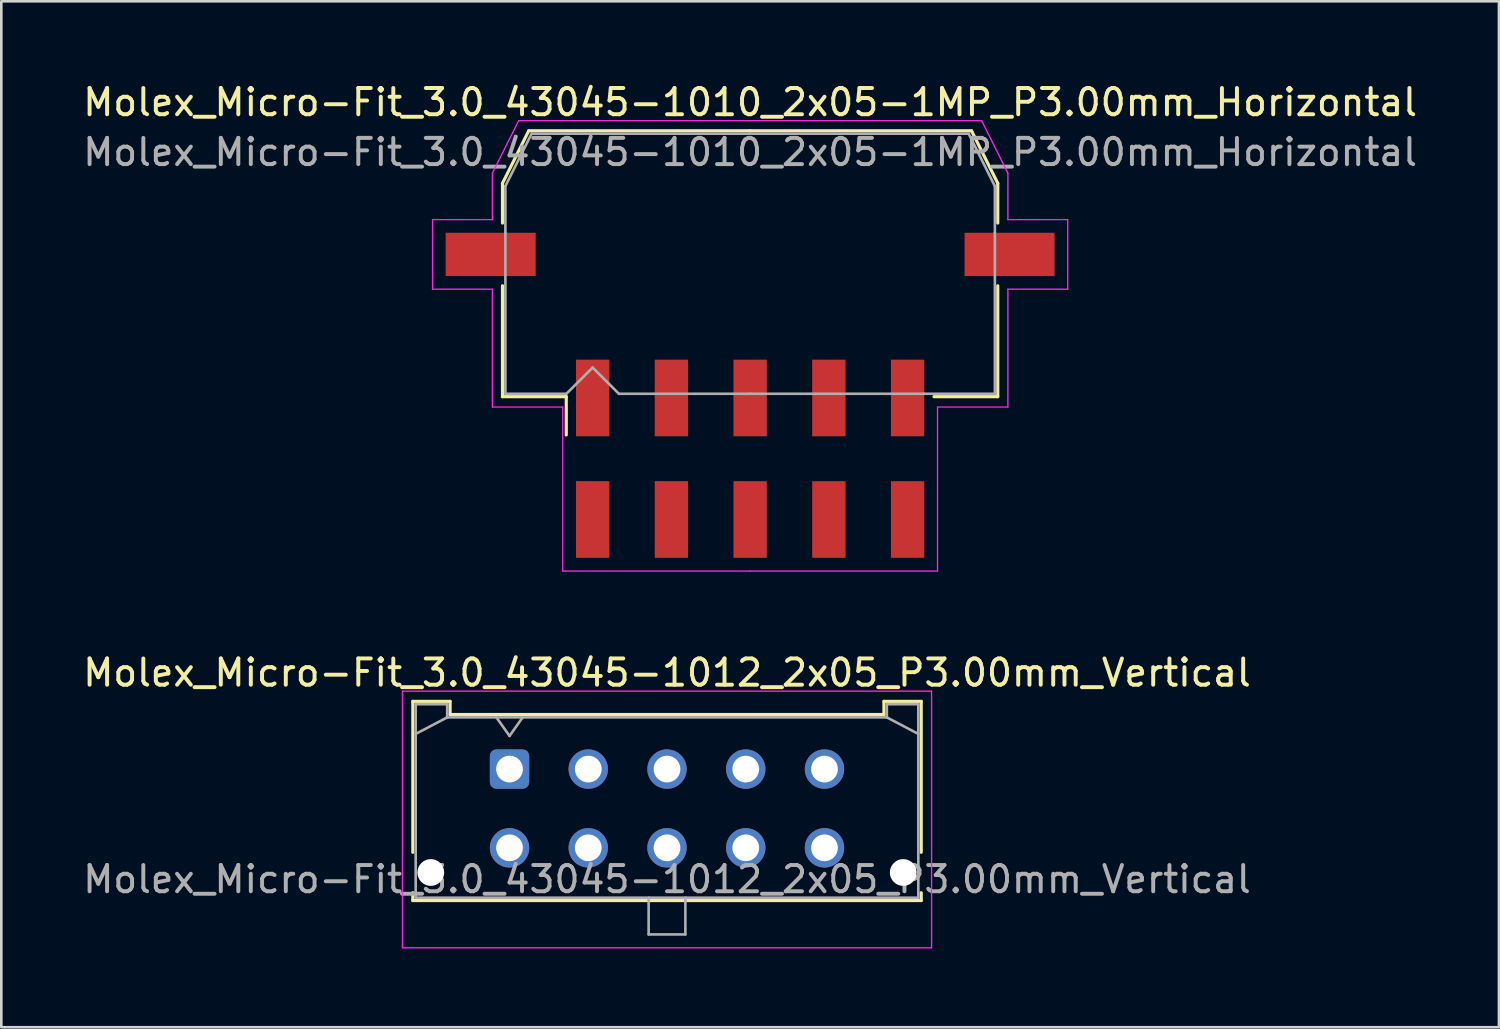
<source format=kicad_pcb>
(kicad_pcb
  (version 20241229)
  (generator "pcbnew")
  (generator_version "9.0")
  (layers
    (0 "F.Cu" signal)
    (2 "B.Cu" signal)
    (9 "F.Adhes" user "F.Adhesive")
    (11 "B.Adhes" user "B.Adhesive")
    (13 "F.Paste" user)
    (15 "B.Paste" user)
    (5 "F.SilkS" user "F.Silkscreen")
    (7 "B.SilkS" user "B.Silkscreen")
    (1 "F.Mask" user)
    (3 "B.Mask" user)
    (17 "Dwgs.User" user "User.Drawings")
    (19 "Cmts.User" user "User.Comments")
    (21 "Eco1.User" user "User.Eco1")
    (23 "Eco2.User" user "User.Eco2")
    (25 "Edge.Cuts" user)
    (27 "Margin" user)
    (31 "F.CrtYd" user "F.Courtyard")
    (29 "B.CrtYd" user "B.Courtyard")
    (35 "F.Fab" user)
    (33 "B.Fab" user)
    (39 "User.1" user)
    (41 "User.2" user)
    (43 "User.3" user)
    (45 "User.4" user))
  (footprint "Molex_Micro-Fit_3.0_43045-1010_2x05-1MP_P3.00mm_Horizontal"
    (layer "F.Cu")
    (at 25.53 14.428)
    (property "Reference" "Molex_Micro-Fit_3.0_43045-1010_2x05-1MP_P3.00mm_Horizontal" (at 0 -13.58 0) (layer "F.SilkS") (effects (font (size 1 1) (thickness 0.15))))
    (attr smd)
    (fp_line (start -9.435 -10.495) (end -9.435 -8.98) (stroke (width 0.12) (type solid)) (layer "F.SilkS"))
    (fp_line (start -9.435 -6.59) (end -9.435 -2.365) (stroke (width 0.12) (type solid)) (layer "F.SilkS"))
    (fp_line (start -9.435 -2.365) (end -7.005 -2.365) (stroke (width 0.12) (type solid)) (layer "F.SilkS"))
    (fp_line (start -8.435 -12.495) (end -9.435 -10.495) (stroke (width 0.12) (type solid)) (layer "F.SilkS"))
    (fp_line (start -7.005 -2.365) (end -7.005 -0.905) (stroke (width 0.12) (type solid)) (layer "F.SilkS"))
    (fp_line (start 0 -12.495) (end -8.435 -12.495) (stroke (width 0.12) (type solid)) (layer "F.SilkS"))
    (fp_line (start 0 -12.495) (end 8.435 -12.495) (stroke (width 0.12) (type solid)) (layer "F.SilkS"))
    (fp_line (start 8.435 -12.495) (end 9.435 -10.495) (stroke (width 0.12) (type solid)) (layer "F.SilkS"))
    (fp_line (start 9.435 -10.495) (end 9.435 -8.98) (stroke (width 0.12) (type solid)) (layer "F.SilkS"))
    (fp_line (start 9.435 -6.59) (end 9.435 -2.365) (stroke (width 0.12) (type solid)) (layer "F.SilkS"))
    (fp_line (start 9.435 -2.365) (end 7.005 -2.365) (stroke (width 0.12) (type solid)) (layer "F.SilkS"))
    (fp_line (start -12.1 -9.11) (end -12.1 -6.46) (stroke (width 0.05) (type solid)) (layer "F.CrtYd"))
    (fp_line (start -12.1 -6.46) (end -9.82 -6.46) (stroke (width 0.05) (type solid)) (layer "F.CrtYd"))
    (fp_line (start -9.82 -10.88) (end -9.82 -9.11) (stroke (width 0.05) (type solid)) (layer "F.CrtYd"))
    (fp_line (start -9.82 -9.11) (end -12.1 -9.11) (stroke (width 0.05) (type solid)) (layer "F.CrtYd"))
    (fp_line (start -9.82 -6.46) (end -9.82 -1.97) (stroke (width 0.05) (type solid)) (layer "F.CrtYd"))
    (fp_line (start -9.82 -1.97) (end -7.14 -1.97) (stroke (width 0.05) (type solid)) (layer "F.CrtYd"))
    (fp_line (start -8.82 -12.88) (end -9.82 -10.88) (stroke (width 0.05) (type solid)) (layer "F.CrtYd"))
    (fp_line (start -7.14 -1.97) (end -7.14 4.28) (stroke (width 0.05) (type solid)) (layer "F.CrtYd"))
    (fp_line (start -7.14 4.28) (end 0 4.28) (stroke (width 0.05) (type solid)) (layer "F.CrtYd"))
    (fp_line (start 0 -12.88) (end -8.82 -12.88) (stroke (width 0.05) (type solid)) (layer "F.CrtYd"))
    (fp_line (start 0 -12.88) (end 8.82 -12.88) (stroke (width 0.05) (type solid)) (layer "F.CrtYd"))
    (fp_line (start 7.14 -1.97) (end 7.14 4.28) (stroke (width 0.05) (type solid)) (layer "F.CrtYd"))
    (fp_line (start 7.14 4.28) (end 0 4.28) (stroke (width 0.05) (type solid)) (layer "F.CrtYd"))
    (fp_line (start 8.82 -12.88) (end 9.82 -10.88) (stroke (width 0.05) (type solid)) (layer "F.CrtYd"))
    (fp_line (start 9.82 -10.88) (end 9.82 -9.11) (stroke (width 0.05) (type solid)) (layer "F.CrtYd"))
    (fp_line (start 9.82 -9.11) (end 12.1 -9.11) (stroke (width 0.05) (type solid)) (layer "F.CrtYd"))
    (fp_line (start 9.82 -6.46) (end 9.82 -1.97) (stroke (width 0.05) (type solid)) (layer "F.CrtYd"))
    (fp_line (start 9.82 -1.97) (end 7.14 -1.97) (stroke (width 0.05) (type solid)) (layer "F.CrtYd"))
    (fp_line (start 12.1 -9.11) (end 12.1 -6.46) (stroke (width 0.05) (type solid)) (layer "F.CrtYd"))
    (fp_line (start 12.1 -6.46) (end 9.82 -6.46) (stroke (width 0.05) (type solid)) (layer "F.CrtYd"))
    (fp_line (start -9.325 -10.385) (end -9.325 -8.61) (stroke (width 0.1) (type solid)) (layer "F.Fab"))
    (fp_line (start -9.325 -8.61) (end -9.325 -2.475) (stroke (width 0.1) (type solid)) (layer "F.Fab"))
    (fp_line (start -9.325 -2.475) (end -7 -2.475) (stroke (width 0.1) (type solid)) (layer "F.Fab"))
    (fp_line (start -8.325 -12.385) (end -9.325 -10.385) (stroke (width 0.1) (type solid)) (layer "F.Fab"))
    (fp_line (start -7 -2.475) (end -6 -3.475) (stroke (width 0.1) (type solid)) (layer "F.Fab"))
    (fp_line (start -6 -3.475) (end -5 -2.475) (stroke (width 0.1) (type solid)) (layer "F.Fab"))
    (fp_line (start -5 -2.475) (end 0 -2.475) (stroke (width 0.1) (type solid)) (layer "F.Fab"))
    (fp_line (start 0 -12.385) (end -8.325 -12.385) (stroke (width 0.1) (type solid)) (layer "F.Fab"))
    (fp_line (start 0 -12.385) (end 8.325 -12.385) (stroke (width 0.1) (type solid)) (layer "F.Fab"))
    (fp_line (start 6.635 -2.475) (end 0 -2.475) (stroke (width 0.1) (type solid)) (layer "F.Fab"))
    (fp_line (start 8.325 -12.385) (end 9.325 -10.385) (stroke (width 0.1) (type solid)) (layer "F.Fab"))
    (fp_line (start 9.325 -10.385) (end 9.325 -8.61) (stroke (width 0.1) (type solid)) (layer "F.Fab"))
    (fp_line (start 9.325 -8.61) (end 9.325 -2.475) (stroke (width 0.1) (type solid)) (layer "F.Fab"))
    (fp_line (start 9.325 -2.475) (end 6.635 -2.475) (stroke (width 0.1) (type solid)) (layer "F.Fab"))
    (fp_text user "${REFERENCE}" (at 0 -11.68 0) (layer "F.Fab") (effects (font (size 1 1) (thickness 0.15))))
    (pad "1" smd rect (at -6 -2.315) (size 1.27 2.92) (layers "F.Cu" "F.Mask" "F.Paste"))
    (pad "2" smd rect (at -3 -2.315) (size 1.27 2.92) (layers "F.Cu" "F.Mask" "F.Paste"))
    (pad "3" smd rect (at 0 -2.315) (size 1.27 2.92) (layers "F.Cu" "F.Mask" "F.Paste"))
    (pad "4" smd rect (at 3 -2.315) (size 1.27 2.92) (layers "F.Cu" "F.Mask" "F.Paste"))
    (pad "5" smd rect (at 6 -2.315) (size 1.27 2.92) (layers "F.Cu" "F.Mask" "F.Paste"))
    (pad "6" smd rect (at -6 2.315) (size 1.27 2.92) (layers "F.Cu" "F.Mask" "F.Paste"))
    (pad "7" smd rect (at -3 2.315) (size 1.27 2.92) (layers "F.Cu" "F.Mask" "F.Paste"))
    (pad "8" smd rect (at 0 2.315) (size 1.27 2.92) (layers "F.Cu" "F.Mask" "F.Paste"))
    (pad "9" smd rect (at 3 2.315) (size 1.27 2.92) (layers "F.Cu" "F.Mask" "F.Paste"))
    (pad "10" smd rect (at 6 2.315) (size 1.27 2.92) (layers "F.Cu" "F.Mask" "F.Paste"))
    (pad "MP" smd rect (at -9.885 -7.785) (size 3.43 1.65) (layers "F.Cu" "F.Mask" "F.Paste"))
    (pad "MP" smd rect (at 9.885 -7.785) (size 3.43 1.65) (layers "F.Cu" "F.Mask" "F.Paste")))
  (footprint "Molex_Micro-Fit_3.0_43045-1012_2x05_P3.00mm_Vertical"
    (layer "F.Cu")
    (at 16.363 26.252)
    (property "Reference" "Molex_Micro-Fit_3.0_43045-1012_2x05_P3.00mm_Vertical" (at 6 -3.67 0) (layer "F.SilkS") (effects (font (size 1 1) (thickness 0.15))))
    (attr through_hole)
    (fp_line (start -3.685 -2.58) (end -2.265 -2.58) (stroke (width 0.12) (type solid)) (layer "F.SilkS"))
    (fp_line (start -3.685 3.17) (end -3.685 -2.58) (stroke (width 0.12) (type solid)) (layer "F.SilkS"))
    (fp_line (start -3.685 4.71) (end -3.685 5.01) (stroke (width 0.12) (type solid)) (layer "F.SilkS"))
    (fp_line (start -3.685 5.01) (end 15.685 5.01) (stroke (width 0.12) (type solid)) (layer "F.SilkS"))
    (fp_line (start -2.265 -2.58) (end -2.265 -2.08) (stroke (width 0.12) (type solid)) (layer "F.SilkS"))
    (fp_line (start -2.265 -2.08) (end 14.265 -2.08) (stroke (width 0.12) (type solid)) (layer "F.SilkS"))
    (fp_line (start 14.265 -2.58) (end 15.685 -2.58) (stroke (width 0.12) (type solid)) (layer "F.SilkS"))
    (fp_line (start 14.265 -2.08) (end 14.265 -2.58) (stroke (width 0.12) (type solid)) (layer "F.SilkS"))
    (fp_line (start 15.685 -2.58) (end 15.685 3.17) (stroke (width 0.12) (type solid)) (layer "F.SilkS"))
    (fp_line (start 15.685 5.01) (end 15.685 4.71) (stroke (width 0.12) (type solid)) (layer "F.SilkS"))
    (fp_line (start -4.08 -2.97) (end 16.08 -2.97) (stroke (width 0.05) (type solid)) (layer "F.CrtYd"))
    (fp_line (start -4.08 6.81) (end -4.08 -2.97) (stroke (width 0.05) (type solid)) (layer "F.CrtYd"))
    (fp_line (start 16.08 -2.97) (end 16.08 6.81) (stroke (width 0.05) (type solid)) (layer "F.CrtYd"))
    (fp_line (start 16.08 6.81) (end -4.08 6.81) (stroke (width 0.05) (type solid)) (layer "F.CrtYd"))
    (fp_line (start -3.575 -2.47) (end -3.575 4.9) (stroke (width 0.1) (type solid)) (layer "F.Fab"))
    (fp_line (start -3.575 -1.34) (end -2.375 -1.97) (stroke (width 0.1) (type solid)) (layer "F.Fab"))
    (fp_line (start -3.575 4.9) (end 15.575 4.9) (stroke (width 0.1) (type solid)) (layer "F.Fab"))
    (fp_line (start -2.375 -2.47) (end -3.575 -2.47) (stroke (width 0.1) (type solid)) (layer "F.Fab"))
    (fp_line (start -2.375 -1.97) (end -2.375 -2.47) (stroke (width 0.1) (type solid)) (layer "F.Fab"))
    (fp_line (start -0.5 -1.97) (end 0 -1.263) (stroke (width 0.1) (type solid)) (layer "F.Fab"))
    (fp_line (start 0 -1.263) (end 0.5 -1.97) (stroke (width 0.1) (type solid)) (layer "F.Fab"))
    (fp_line (start 5.3 4.9) (end 5.3 6.3) (stroke (width 0.1) (type solid)) (layer "F.Fab"))
    (fp_line (start 5.3 6.3) (end 6.7 6.3) (stroke (width 0.1) (type solid)) (layer "F.Fab"))
    (fp_line (start 6.7 6.3) (end 6.7 4.9) (stroke (width 0.1) (type solid)) (layer "F.Fab"))
    (fp_line (start 14.375 -2.47) (end 14.375 -1.97) (stroke (width 0.1) (type solid)) (layer "F.Fab"))
    (fp_line (start 14.375 -1.97) (end -2.375 -1.97) (stroke (width 0.1) (type solid)) (layer "F.Fab"))
    (fp_line (start 15.575 -2.47) (end 14.375 -2.47) (stroke (width 0.1) (type solid)) (layer "F.Fab"))
    (fp_line (start 15.575 -1.34) (end 14.375 -1.97) (stroke (width 0.1) (type solid)) (layer "F.Fab"))
    (fp_line (start 15.575 4.9) (end 15.575 -2.47) (stroke (width 0.1) (type solid)) (layer "F.Fab"))
    (fp_text user "${REFERENCE}" (at 6 4.2 0) (layer "F.Fab") (effects (font (size 1 1) (thickness 0.15))))
    (pad "" np_thru_hole circle (at -3 3.94) (size 1.02 1.02) (drill 1.02) (layers "*.Cu" "*.Mask"))
    (pad "" np_thru_hole circle (at 15 3.94) (size 1.02 1.02) (drill 1.02) (layers "*.Cu" "*.Mask"))
    (pad "1" thru_hole roundrect (at 0 0) (size 1.5 1.5) (drill 1.02) (layers "*.Cu" "*.Mask") (roundrect_rratio 0.167))
    (pad "2" thru_hole circle (at 3 0) (size 1.5 1.5) (drill 1.02) (layers "*.Cu" "*.Mask"))
    (pad "3" thru_hole circle (at 6 0) (size 1.5 1.5) (drill 1.02) (layers "*.Cu" "*.Mask"))
    (pad "4" thru_hole circle (at 9 0) (size 1.5 1.5) (drill 1.02) (layers "*.Cu" "*.Mask"))
    (pad "5" thru_hole circle (at 12 0) (size 1.5 1.5) (drill 1.02) (layers "*.Cu" "*.Mask"))
    (pad "6" thru_hole circle (at 0 3) (size 1.5 1.5) (drill 1.02) (layers "*.Cu" "*.Mask"))
    (pad "7" thru_hole circle (at 3 3) (size 1.5 1.5) (drill 1.02) (layers "*.Cu" "*.Mask"))
    (pad "8" thru_hole circle (at 6 3) (size 1.5 1.5) (drill 1.02) (layers "*.Cu" "*.Mask"))
    (pad "9" thru_hole circle (at 9 3) (size 1.5 1.5) (drill 1.02) (layers "*.Cu" "*.Mask"))
    (pad "10" thru_hole circle (at 12 3) (size 1.5 1.5) (drill 1.02) (layers "*.Cu" "*.Mask")))
  (gr_rect
    (start -3 -3)
    (end 54.06 36.087)
    (stroke (width 0.1) (type default))
    (fill no)
    (layer "Edge.Cuts")))
</source>
